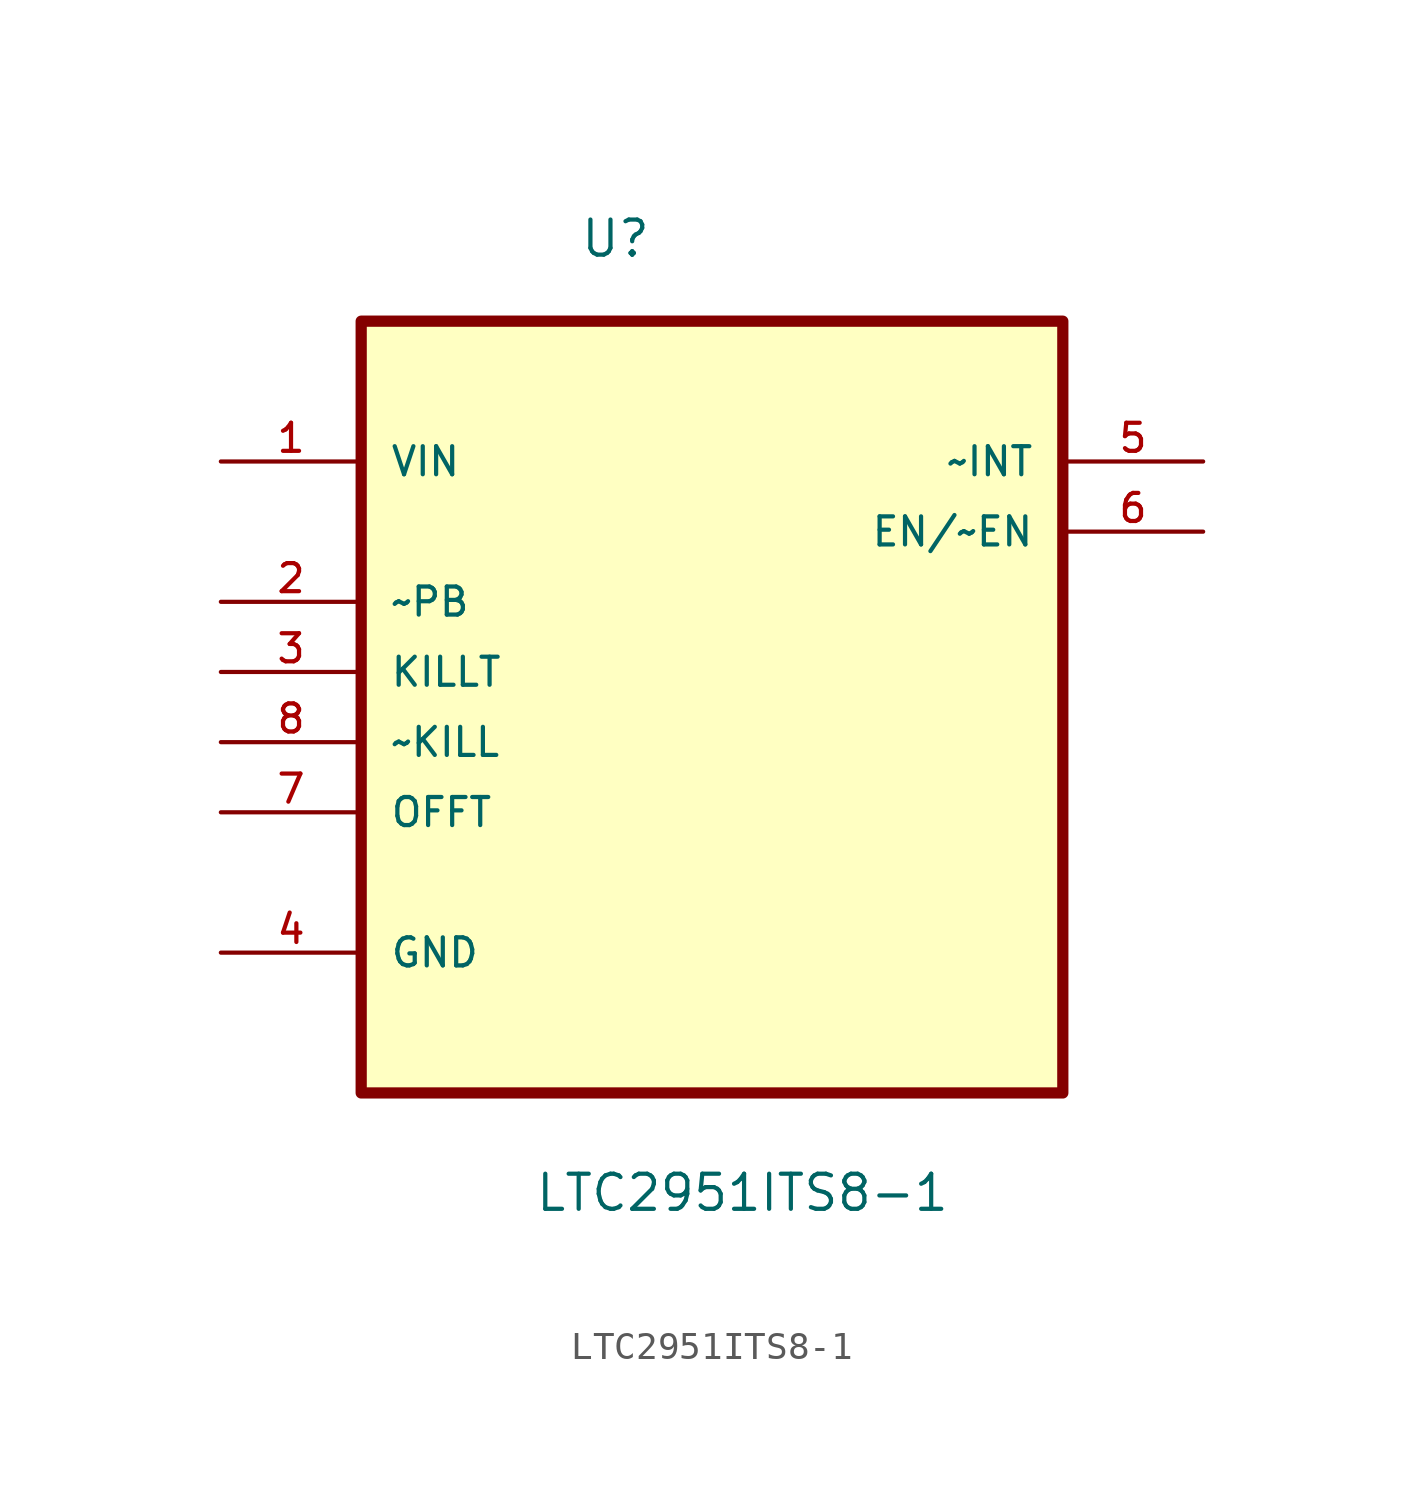
<source format=kicad_sym>
(kicad_symbol_lib
  (version 20211014)
  (generator kicad_symbol_editor)
  (symbol "LTC2951ITS8-1"
    (pin_names
      (offset 1.016))
    (property "Reference" "U"
      (at -4.804 12.405 0.0)
      (effects (font (size 1.27 1.27)) (justify bottom left)))
    (property "Value" "LTC2951ITS8-1"
      (at -6.438 -22.137 0.0)
      (effects (font (size 1.27 1.27)) (justify bottom left)))
    (symbol "LTC2951ITS8-1_0_0"
      (rectangle (start -12.7 -17.78) (end 12.7 10.16) (stroke (width 0.406)) (fill (type background)))
      (pin power_in line (at -17.78 5.08 0) (length 5.08) (name "VIN" (effects (font (size 1.016 1.016)))) (number "1" (effects (font (size 1.016 1.016)))))
      (pin input line (at -17.78 0.0 0) (length 5.08) (name "~PB" (effects (font (size 1.016 1.016)))) (number "2" (effects (font (size 1.016 1.016)))))
      (pin input line (at -17.78 -2.54 0) (length 5.08) (name "KILLT" (effects (font (size 1.016 1.016)))) (number "3" (effects (font (size 1.016 1.016)))))
      (pin input line (at -17.78 -5.08 0) (length 5.08) (name "~KILL" (effects (font (size 1.016 1.016)))) (number "8" (effects (font (size 1.016 1.016)))))
      (pin input line (at -17.78 -7.62 0) (length 5.08) (name "OFFT" (effects (font (size 1.016 1.016)))) (number "7" (effects (font (size 1.016 1.016)))))
      (pin passive line (at -17.78 -12.7 0) (length 5.08) (name "GND" (effects (font (size 1.016 1.016)))) (number "4" (effects (font (size 1.016 1.016)))))
      (pin output line (at 17.78 5.08 180.0) (length 5.08) (name "~INT" (effects (font (size 1.016 1.016)))) (number "5" (effects (font (size 1.016 1.016)))))
      (pin output line (at 17.78 2.54 180.0) (length 5.08) (name "EN/~EN" (effects (font (size 1.016 1.016)))) (number "6" (effects (font (size 1.016 1.016))))))))
</source>
